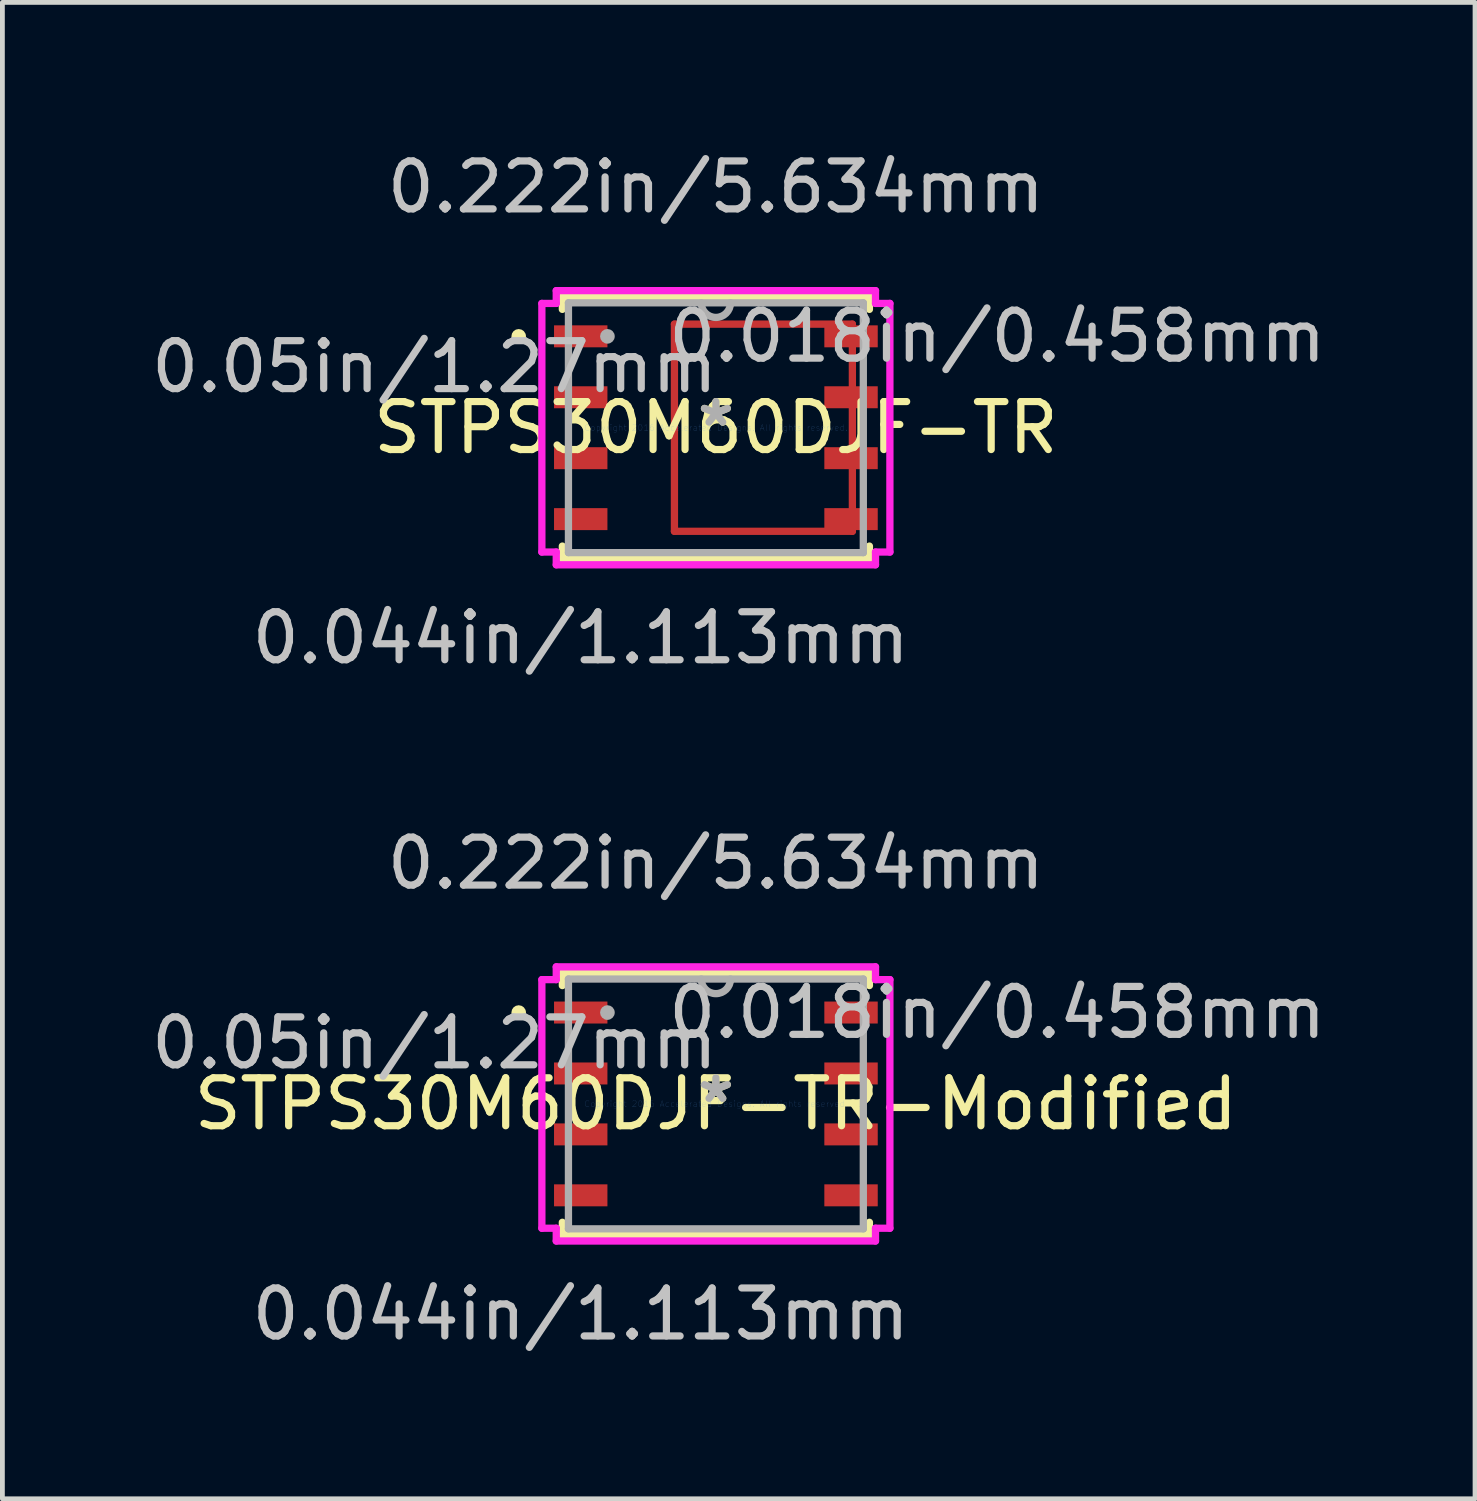
<source format=kicad_pcb>
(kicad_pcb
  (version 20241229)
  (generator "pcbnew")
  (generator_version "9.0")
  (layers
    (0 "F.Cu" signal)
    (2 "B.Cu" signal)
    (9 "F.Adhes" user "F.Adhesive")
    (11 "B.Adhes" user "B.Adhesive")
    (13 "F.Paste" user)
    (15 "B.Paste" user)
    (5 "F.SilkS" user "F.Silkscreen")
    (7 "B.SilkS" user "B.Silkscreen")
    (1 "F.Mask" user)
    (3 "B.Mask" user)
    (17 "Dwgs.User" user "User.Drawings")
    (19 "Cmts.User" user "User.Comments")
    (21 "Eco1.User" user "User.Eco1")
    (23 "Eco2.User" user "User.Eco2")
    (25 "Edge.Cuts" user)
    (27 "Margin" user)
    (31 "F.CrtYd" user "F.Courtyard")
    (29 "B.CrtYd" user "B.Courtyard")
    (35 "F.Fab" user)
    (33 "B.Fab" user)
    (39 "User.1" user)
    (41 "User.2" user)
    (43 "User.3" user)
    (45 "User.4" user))
  (footprint "STPS30M60DJF-TR-Modified"
    (layer "F.Cu")
    (at 11.871 19.959)
    (property "Reference" "STPS30M60DJF-TR-Modified" (at 0 0 0) (layer "F.SilkS") (effects (font (size 1 1) (thickness 0.15))))
    (attr through_hole)
    (fp_line (start -3.2 -2.731) (end -3.2 -2.467) (stroke (width 0.152) (type solid)) (layer "F.SilkS"))
    (fp_line (start -3.2 2.467) (end -3.2 2.731) (stroke (width 0.152) (type solid)) (layer "F.SilkS"))
    (fp_line (start -3.2 2.731) (end 3.2 2.731) (stroke (width 0.152) (type solid)) (layer "F.SilkS"))
    (fp_line (start 3.2 -2.731) (end -3.2 -2.731) (stroke (width 0.152) (type solid)) (layer "F.SilkS"))
    (fp_line (start 3.2 -2.467) (end 3.2 -2.731) (stroke (width 0.152) (type solid)) (layer "F.SilkS"))
    (fp_line (start 3.2 2.731) (end 3.2 2.467) (stroke (width 0.152) (type solid)) (layer "F.SilkS"))
    (fp_circle (center -4.11 -1.905) (end -4.034 -1.905) (stroke (width 0.152) (type solid)) (fill no) (layer "F.SilkS"))
    (fp_line (start -0.864 -2.159) (end -0.864 2.159) (stroke (width 0.152) (type solid)) (layer "F.Paste"))
    (fp_line (start -0.864 2.159) (end 2.845 2.159) (stroke (width 0.152) (type solid)) (layer "F.Paste"))
    (fp_line (start 2.845 -2.159) (end -0.864 -2.159) (stroke (width 0.152) (type solid)) (layer "F.Paste"))
    (fp_line (start 2.845 2.159) (end 2.845 -2.159) (stroke (width 0.152) (type solid)) (layer "F.Paste"))
    (fp_line (start -3.627 -2.591) (end -3.327 -2.591) (stroke (width 0.152) (type solid)) (layer "F.CrtYd"))
    (fp_line (start -3.627 2.591) (end -3.627 -2.591) (stroke (width 0.152) (type solid)) (layer "F.CrtYd"))
    (fp_line (start -3.327 -2.857) (end 3.327 -2.857) (stroke (width 0.152) (type solid)) (layer "F.CrtYd"))
    (fp_line (start -3.327 -2.591) (end -3.327 -2.857) (stroke (width 0.152) (type solid)) (layer "F.CrtYd"))
    (fp_line (start -3.327 2.591) (end -3.627 2.591) (stroke (width 0.152) (type solid)) (layer "F.CrtYd"))
    (fp_line (start -3.327 2.857) (end -3.327 2.591) (stroke (width 0.152) (type solid)) (layer "F.CrtYd"))
    (fp_line (start 3.327 -2.857) (end 3.327 -2.591) (stroke (width 0.152) (type solid)) (layer "F.CrtYd"))
    (fp_line (start 3.327 -2.591) (end 3.627 -2.591) (stroke (width 0.152) (type solid)) (layer "F.CrtYd"))
    (fp_line (start 3.327 2.591) (end 3.327 2.857) (stroke (width 0.152) (type solid)) (layer "F.CrtYd"))
    (fp_line (start 3.327 2.857) (end -3.327 2.857) (stroke (width 0.152) (type solid)) (layer "F.CrtYd"))
    (fp_line (start 3.627 -2.591) (end 3.627 2.591) (stroke (width 0.152) (type solid)) (layer "F.CrtYd"))
    (fp_line (start 3.627 2.591) (end 3.327 2.591) (stroke (width 0.152) (type solid)) (layer "F.CrtYd"))
    (fp_line (start -3.073 -2.603) (end -3.073 2.603) (stroke (width 0.152) (type solid)) (layer "F.Fab"))
    (fp_line (start -3.073 2.603) (end 3.073 2.603) (stroke (width 0.152) (type solid)) (layer "F.Fab"))
    (fp_line (start 3.073 -2.603) (end -3.073 -2.603) (stroke (width 0.152) (type solid)) (layer "F.Fab"))
    (fp_line (start 3.073 2.603) (end 3.073 -2.603) (stroke (width 0.152) (type solid)) (layer "F.Fab"))
    (fp_arc (start 0.3048 -2.6035) (mid 0 -2.2987) (end -0.3048 -2.6035) (stroke (width 0.1524) (type solid)) (layer "F.Fab"))
    (fp_circle (center -2.261 -1.905) (end -2.184 -1.905) (stroke (width 0.152) (type solid)) (fill no) (layer "F.Fab"))
    (fp_text user "*" (at 0 0 0) (layer "F.SilkS") (effects (font (size 1 1) (thickness 0.15))))
    (fp_text user "0.018in/0.458mm" (at 5.865 -1.905 0) (layer "Dwgs.User") (effects (font (size 1 1) (thickness 0.15))))
    (fp_text user "0.05in/1.27mm" (at -5.865 -1.27 0) (layer "Dwgs.User") (effects (font (size 1 1) (thickness 0.15))))
    (fp_text user "0.044in/1.113mm" (at -2.817 4.381 0) (layer "Dwgs.User") (effects (font (size 1 1) (thickness 0.15))))
    (fp_text user "0.222in/5.634mm" (at 0 -5.016 0) (layer "Dwgs.User") (effects (font (size 1 1) (thickness 0.15))))
    (fp_text user "Copyright 2016 Accelerated Designs. All rights reserved." (at 0 0 0) (layer "Cmts.User") (effects (font (size 0.127 0.127) (thickness 0.002))))
    (fp_text user "*" (at 0 0 0) (layer "F.Fab") (effects (font (size 1 1) (thickness 0.15))))
    (pad "1" smd rect (at -2.817 -1.905) (size 1.113 0.458) (layers "F.Cu" "F.Mask" "F.Paste"))
    (pad "2" smd rect (at -2.817 -0.635) (size 1.113 0.458) (layers "F.Cu" "F.Mask" "F.Paste"))
    (pad "3" smd rect (at -2.817 0.635) (size 1.113 0.458) (layers "F.Cu" "F.Mask" "F.Paste"))
    (pad "4" smd rect (at -2.817 1.905) (size 1.113 0.458) (layers "F.Cu" "F.Mask" "F.Paste"))
    (pad "5" smd rect (at 2.817 1.905) (size 1.113 0.458) (layers "F.Cu" "F.Mask" "F.Paste"))
    (pad "6" smd rect (at 2.817 0.635) (size 1.113 0.458) (layers "F.Cu" "F.Mask" "F.Paste"))
    (pad "7" smd rect (at 2.817 -0.635) (size 1.113 0.458) (layers "F.Cu" "F.Mask" "F.Paste"))
    (pad "8" smd rect (at 2.817 -1.905) (size 1.113 0.458) (layers "F.Cu" "F.Mask" "F.Paste")))
  (footprint "STPS30M60DJF-TR"
    (layer "F.Cu")
    (at 11.871 5.865)
    (property "Reference" "STPS30M60DJF-TR" (at 0 0 0) (layer "F.SilkS") (effects (font (size 1 1) (thickness 0.15))))
    (attr through_hole)
    (fp_line (start -0.864 -2.159) (end -0.864 2.159) (stroke (width 0.152) (type solid)) (layer "F.Cu"))
    (fp_line (start -0.864 2.159) (end 2.845 2.159) (stroke (width 0.152) (type solid)) (layer "F.Cu"))
    (fp_line (start 2.845 -2.159) (end -0.864 -2.159) (stroke (width 0.152) (type solid)) (layer "F.Cu"))
    (fp_line (start 2.845 2.159) (end 2.845 -2.159) (stroke (width 0.152) (type solid)) (layer "F.Cu"))
    (fp_line (start -0.864 -2.159) (end -0.864 2.159) (stroke (width 0.152) (type solid)) (layer "F.Mask"))
    (fp_line (start -0.864 2.159) (end 2.845 2.159) (stroke (width 0.152) (type solid)) (layer "F.Mask"))
    (fp_line (start 2.845 -2.159) (end -0.864 -2.159) (stroke (width 0.152) (type solid)) (layer "F.Mask"))
    (fp_line (start 2.845 2.159) (end 2.845 -2.159) (stroke (width 0.152) (type solid)) (layer "F.Mask"))
    (fp_line (start -3.2 -2.731) (end -3.2 -2.467) (stroke (width 0.152) (type solid)) (layer "F.SilkS"))
    (fp_line (start -3.2 2.467) (end -3.2 2.731) (stroke (width 0.152) (type solid)) (layer "F.SilkS"))
    (fp_line (start -3.2 2.731) (end 3.2 2.731) (stroke (width 0.152) (type solid)) (layer "F.SilkS"))
    (fp_line (start 3.2 -2.731) (end -3.2 -2.731) (stroke (width 0.152) (type solid)) (layer "F.SilkS"))
    (fp_line (start 3.2 -2.467) (end 3.2 -2.731) (stroke (width 0.152) (type solid)) (layer "F.SilkS"))
    (fp_line (start 3.2 2.731) (end 3.2 2.467) (stroke (width 0.152) (type solid)) (layer "F.SilkS"))
    (fp_circle (center -4.11 -1.905) (end -4.034 -1.905) (stroke (width 0.152) (type solid)) (fill no) (layer "F.SilkS"))
    (fp_line (start -0.864 -2.159) (end -0.864 2.159) (stroke (width 0.152) (type solid)) (layer "F.Paste"))
    (fp_line (start -0.864 2.159) (end 2.845 2.159) (stroke (width 0.152) (type solid)) (layer "F.Paste"))
    (fp_line (start 2.845 -2.159) (end -0.864 -2.159) (stroke (width 0.152) (type solid)) (layer "F.Paste"))
    (fp_line (start 2.845 2.159) (end 2.845 -2.159) (stroke (width 0.152) (type solid)) (layer "F.Paste"))
    (fp_line (start -3.627 -2.591) (end -3.327 -2.591) (stroke (width 0.152) (type solid)) (layer "F.CrtYd"))
    (fp_line (start -3.627 2.591) (end -3.627 -2.591) (stroke (width 0.152) (type solid)) (layer "F.CrtYd"))
    (fp_line (start -3.327 -2.857) (end 3.327 -2.857) (stroke (width 0.152) (type solid)) (layer "F.CrtYd"))
    (fp_line (start -3.327 -2.591) (end -3.327 -2.857) (stroke (width 0.152) (type solid)) (layer "F.CrtYd"))
    (fp_line (start -3.327 2.591) (end -3.627 2.591) (stroke (width 0.152) (type solid)) (layer "F.CrtYd"))
    (fp_line (start -3.327 2.857) (end -3.327 2.591) (stroke (width 0.152) (type solid)) (layer "F.CrtYd"))
    (fp_line (start 3.327 -2.857) (end 3.327 -2.591) (stroke (width 0.152) (type solid)) (layer "F.CrtYd"))
    (fp_line (start 3.327 -2.591) (end 3.627 -2.591) (stroke (width 0.152) (type solid)) (layer "F.CrtYd"))
    (fp_line (start 3.327 2.591) (end 3.327 2.857) (stroke (width 0.152) (type solid)) (layer "F.CrtYd"))
    (fp_line (start 3.327 2.857) (end -3.327 2.857) (stroke (width 0.152) (type solid)) (layer "F.CrtYd"))
    (fp_line (start 3.627 -2.591) (end 3.627 2.591) (stroke (width 0.152) (type solid)) (layer "F.CrtYd"))
    (fp_line (start 3.627 2.591) (end 3.327 2.591) (stroke (width 0.152) (type solid)) (layer "F.CrtYd"))
    (fp_line (start -3.073 -2.603) (end -3.073 2.603) (stroke (width 0.152) (type solid)) (layer "F.Fab"))
    (fp_line (start -3.073 2.603) (end 3.073 2.603) (stroke (width 0.152) (type solid)) (layer "F.Fab"))
    (fp_line (start 3.073 -2.603) (end -3.073 -2.603) (stroke (width 0.152) (type solid)) (layer "F.Fab"))
    (fp_line (start 3.073 2.603) (end 3.073 -2.603) (stroke (width 0.152) (type solid)) (layer "F.Fab"))
    (fp_arc (start 0.3048 -2.6035) (mid 0 -2.2987) (end -0.3048 -2.6035) (stroke (width 0.1524) (type solid)) (layer "F.Fab"))
    (fp_circle (center -2.261 -1.905) (end -2.184 -1.905) (stroke (width 0.152) (type solid)) (fill no) (layer "F.Fab"))
    (fp_text user "*" (at 0 0 0) (layer "F.SilkS") (effects (font (size 1 1) (thickness 0.15))))
    (fp_text user "0.018in/0.458mm" (at 5.865 -1.905 0) (layer "Dwgs.User") (effects (font (size 1 1) (thickness 0.15))))
    (fp_text user "0.222in/5.634mm" (at 0 -5.016 0) (layer "Dwgs.User") (effects (font (size 1 1) (thickness 0.15))))
    (fp_text user "0.05in/1.27mm" (at -5.865 -1.27 0) (layer "Dwgs.User") (effects (font (size 1 1) (thickness 0.15))))
    (fp_text user "0.044in/1.113mm" (at -2.817 4.381 0) (layer "Dwgs.User") (effects (font (size 1 1) (thickness 0.15))))
    (fp_text user "Copyright 2016 Accelerated Designs. All rights reserved." (at 0 0 0) (layer "Cmts.User") (effects (font (size 0.127 0.127) (thickness 0.002))))
    (fp_text user "*" (at 0 0 0) (layer "F.Fab") (effects (font (size 1 1) (thickness 0.15))))
    (pad "1" smd rect (at -2.817 -1.905) (size 1.113 0.458) (layers "F.Cu" "F.Mask" "F.Paste"))
    (pad "2" smd rect (at -2.817 -0.635) (size 1.113 0.458) (layers "F.Cu" "F.Mask" "F.Paste"))
    (pad "3" smd rect (at -2.817 0.635) (size 1.113 0.458) (layers "F.Cu" "F.Mask" "F.Paste"))
    (pad "4" smd rect (at -2.817 1.905) (size 1.113 0.458) (layers "F.Cu" "F.Mask" "F.Paste"))
    (pad "5" smd rect (at 2.817 1.905) (size 1.113 0.458) (layers "F.Cu" "F.Mask" "F.Paste"))
    (pad "6" smd rect (at 2.817 0.635) (size 1.113 0.458) (layers "F.Cu" "F.Mask" "F.Paste"))
    (pad "7" smd rect (at 2.817 -0.635) (size 1.113 0.458) (layers "F.Cu" "F.Mask" "F.Paste"))
    (pad "8" smd rect (at 2.817 -1.905) (size 1.113 0.458) (layers "F.Cu" "F.Mask" "F.Paste")))
  (gr_rect
    (start -3 -3)
    (end 27.694 28.189)
    (stroke (width 0.1) (type default))
    (fill no)
    (layer "Edge.Cuts")))
</source>
